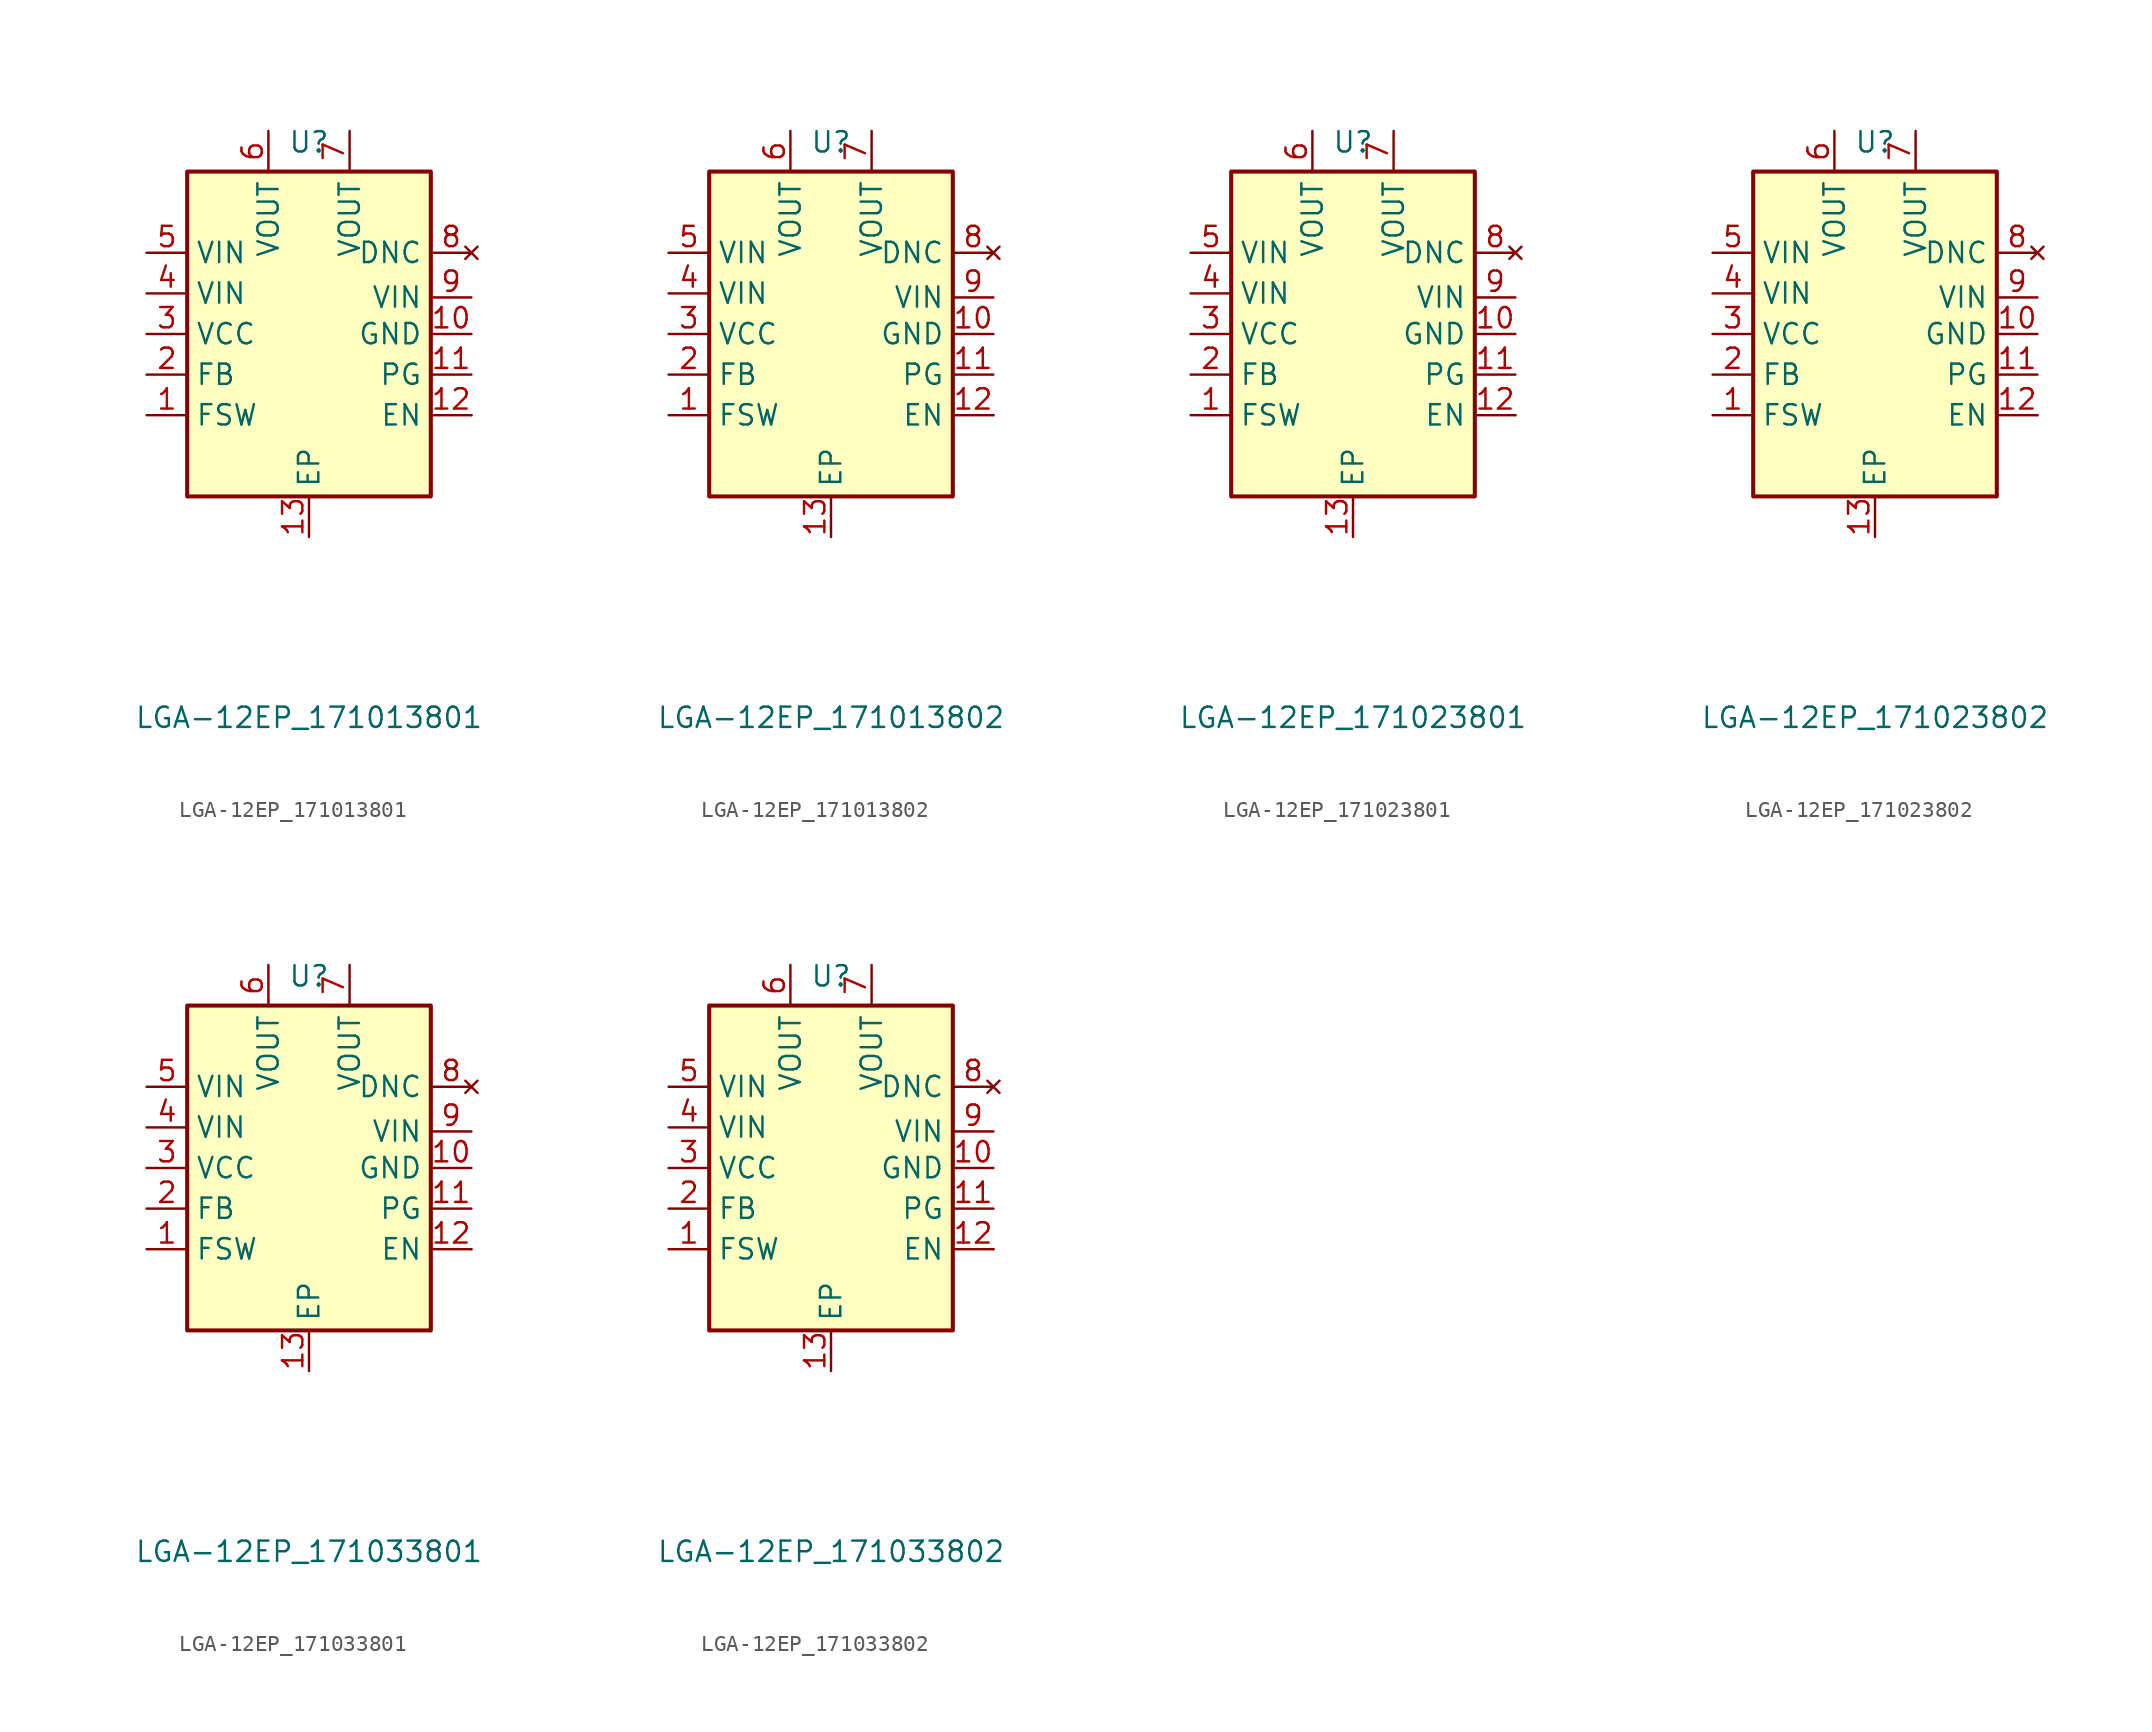
<source format=kicad_sym>
(kicad_symbol_lib
  (version 20220914)
  (generator kicad_symbol_editor)
  (symbol "LGA-12EP_171013801"
    (property "Reference" "U"
      (at 0 12 0)
      (effects (font (size 1.27 1.27))))
    (property "Value" "LGA-12EP_171013801"
      (at 0 -24 0)
      (effects (font (size 1.27 1.27))))
    (symbol "LGA-12EP_171013801_0_0"
      (rectangle (start 10.16 -5.08) (end 10.16 -5.08) (stroke (width 0) (type default)) (fill (type none)))
      (text "" (at -12.7 2.54 0) (effects (font (size 1.27 1.27))))
      (text "" (at -11.43 2.54 0) (effects (font (size 1.27 1.27)))))
    (symbol "LGA-12EP_171013801_1_1"
      (rectangle (start -7.62 10.16) (end 7.62 -10.16) (stroke (width 0.254) (type solid)) (fill (type background)))
      (pin input line (at -10.16 -5.08 0) (length 2.54) (name "FSW" (effects (font (size 1.27 1.27)))) (number "1" (effects (font (size 1.27 1.27)))))
      (pin power_in line (at 10.16 0 180) (length 2.54) (name "GND" (effects (font (size 1.27 1.27)))) (number "10" (effects (font (size 1.27 1.27)))))
      (pin power_out line (at 10.16 -2.54 180) (length 2.54) (name "PG" (effects (font (size 1.27 1.27)))) (number "11" (effects (font (size 1.27 1.27)))))
      (pin input line (at 10.16 -5.08 180) (length 2.54) (name "EN" (effects (font (size 1.27 1.27)))) (number "12" (effects (font (size 1.27 1.27)))))
      (pin power_in line (at 0 -12.7 90) (length 2.54) (name "EP" (effects (font (size 1.27 1.27)))) (number "13" (effects (font (size 1.27 1.27)))))
      (pin input line (at -10.16 -2.54 0) (length 2.54) (name "FB" (effects (font (size 1.27 1.27)))) (number "2" (effects (font (size 1.27 1.27)))))
      (pin power_in line (at -10.16 0 0) (length 2.54) (name "VCC" (effects (font (size 1.27 1.27)))) (number "3" (effects (font (size 1.27 1.27)))))
      (pin power_in line (at -10.16 2.54 0) (length 2.54) (name "VIN" (effects (font (size 1.27 1.27)))) (number "4" (effects (font (size 1.27 1.27)))))
      (pin power_in line (at -10.16 5.08 0) (length 2.54) (name "VIN" (effects (font (size 1.27 1.27)))) (number "5" (effects (font (size 1.27 1.27)))))
      (pin power_out line (at -2.54 12.7 270) (length 2.54) (name "VOUT" (effects (font (size 1.27 1.27)))) (number "6" (effects (font (size 1.27 1.27)))))
      (pin power_out line (at 2.54 12.7 270) (length 2.54) (name "VOUT" (effects (font (size 1.27 1.27)))) (number "7" (effects (font (size 1.27 1.27)))))
      (pin no_connect line (at 10.16 5.08 180) (length 2.54) (name "DNC" (effects (font (size 1.27 1.27)))) (number "8" (effects (font (size 1.27 1.27)))))
      (pin power_in line (at 10.16 2.286 180) (length 2.54) (name "VIN" (effects (font (size 1.27 1.27)))) (number "9" (effects (font (size 1.27 1.27)))))))
  (symbol "LGA-12EP_171013802"
    (property "Reference" "U"
      (at 0 12 0)
      (effects (font (size 1.27 1.27))))
    (property "Value" "LGA-12EP_171013802"
      (at 0 -24 0)
      (effects (font (size 1.27 1.27))))
    (symbol "LGA-12EP_171013802_0_0"
      (rectangle (start 10.16 -5.08) (end 10.16 -5.08) (stroke (width 0) (type default)) (fill (type none)))
      (text "" (at -12.7 2.54 0) (effects (font (size 1.27 1.27))))
      (text "" (at -11.43 2.54 0) (effects (font (size 1.27 1.27)))))
    (symbol "LGA-12EP_171013802_1_1"
      (rectangle (start -7.62 10.16) (end 7.62 -10.16) (stroke (width 0.254) (type solid)) (fill (type background)))
      (pin input line (at -10.16 -5.08 0) (length 2.54) (name "FSW" (effects (font (size 1.27 1.27)))) (number "1" (effects (font (size 1.27 1.27)))))
      (pin power_in line (at 10.16 0 180) (length 2.54) (name "GND" (effects (font (size 1.27 1.27)))) (number "10" (effects (font (size 1.27 1.27)))))
      (pin power_out line (at 10.16 -2.54 180) (length 2.54) (name "PG" (effects (font (size 1.27 1.27)))) (number "11" (effects (font (size 1.27 1.27)))))
      (pin input line (at 10.16 -5.08 180) (length 2.54) (name "EN" (effects (font (size 1.27 1.27)))) (number "12" (effects (font (size 1.27 1.27)))))
      (pin power_in line (at 0 -12.7 90) (length 2.54) (name "EP" (effects (font (size 1.27 1.27)))) (number "13" (effects (font (size 1.27 1.27)))))
      (pin input line (at -10.16 -2.54 0) (length 2.54) (name "FB" (effects (font (size 1.27 1.27)))) (number "2" (effects (font (size 1.27 1.27)))))
      (pin power_in line (at -10.16 0 0) (length 2.54) (name "VCC" (effects (font (size 1.27 1.27)))) (number "3" (effects (font (size 1.27 1.27)))))
      (pin power_in line (at -10.16 2.54 0) (length 2.54) (name "VIN" (effects (font (size 1.27 1.27)))) (number "4" (effects (font (size 1.27 1.27)))))
      (pin power_in line (at -10.16 5.08 0) (length 2.54) (name "VIN" (effects (font (size 1.27 1.27)))) (number "5" (effects (font (size 1.27 1.27)))))
      (pin power_out line (at -2.54 12.7 270) (length 2.54) (name "VOUT" (effects (font (size 1.27 1.27)))) (number "6" (effects (font (size 1.27 1.27)))))
      (pin power_out line (at 2.54 12.7 270) (length 2.54) (name "VOUT" (effects (font (size 1.27 1.27)))) (number "7" (effects (font (size 1.27 1.27)))))
      (pin no_connect line (at 10.16 5.08 180) (length 2.54) (name "DNC" (effects (font (size 1.27 1.27)))) (number "8" (effects (font (size 1.27 1.27)))))
      (pin power_in line (at 10.16 2.286 180) (length 2.54) (name "VIN" (effects (font (size 1.27 1.27)))) (number "9" (effects (font (size 1.27 1.27)))))))
  (symbol "LGA-12EP_171023801"
    (property "Reference" "U"
      (at 0 12 0)
      (effects (font (size 1.27 1.27))))
    (property "Value" "LGA-12EP_171023801"
      (at 0 -24 0)
      (effects (font (size 1.27 1.27))))
    (symbol "LGA-12EP_171023801_0_0"
      (rectangle (start 10.16 -5.08) (end 10.16 -5.08) (stroke (width 0) (type default)) (fill (type none)))
      (text "" (at -12.7 2.54 0) (effects (font (size 1.27 1.27))))
      (text "" (at -11.43 2.54 0) (effects (font (size 1.27 1.27)))))
    (symbol "LGA-12EP_171023801_1_1"
      (rectangle (start -7.62 10.16) (end 7.62 -10.16) (stroke (width 0.254) (type solid)) (fill (type background)))
      (pin input line (at -10.16 -5.08 0) (length 2.54) (name "FSW" (effects (font (size 1.27 1.27)))) (number "1" (effects (font (size 1.27 1.27)))))
      (pin power_in line (at 10.16 0 180) (length 2.54) (name "GND" (effects (font (size 1.27 1.27)))) (number "10" (effects (font (size 1.27 1.27)))))
      (pin power_out line (at 10.16 -2.54 180) (length 2.54) (name "PG" (effects (font (size 1.27 1.27)))) (number "11" (effects (font (size 1.27 1.27)))))
      (pin input line (at 10.16 -5.08 180) (length 2.54) (name "EN" (effects (font (size 1.27 1.27)))) (number "12" (effects (font (size 1.27 1.27)))))
      (pin power_in line (at 0 -12.7 90) (length 2.54) (name "EP" (effects (font (size 1.27 1.27)))) (number "13" (effects (font (size 1.27 1.27)))))
      (pin input line (at -10.16 -2.54 0) (length 2.54) (name "FB" (effects (font (size 1.27 1.27)))) (number "2" (effects (font (size 1.27 1.27)))))
      (pin power_in line (at -10.16 0 0) (length 2.54) (name "VCC" (effects (font (size 1.27 1.27)))) (number "3" (effects (font (size 1.27 1.27)))))
      (pin power_in line (at -10.16 2.54 0) (length 2.54) (name "VIN" (effects (font (size 1.27 1.27)))) (number "4" (effects (font (size 1.27 1.27)))))
      (pin power_in line (at -10.16 5.08 0) (length 2.54) (name "VIN" (effects (font (size 1.27 1.27)))) (number "5" (effects (font (size 1.27 1.27)))))
      (pin power_out line (at -2.54 12.7 270) (length 2.54) (name "VOUT" (effects (font (size 1.27 1.27)))) (number "6" (effects (font (size 1.27 1.27)))))
      (pin power_out line (at 2.54 12.7 270) (length 2.54) (name "VOUT" (effects (font (size 1.27 1.27)))) (number "7" (effects (font (size 1.27 1.27)))))
      (pin no_connect line (at 10.16 5.08 180) (length 2.54) (name "DNC" (effects (font (size 1.27 1.27)))) (number "8" (effects (font (size 1.27 1.27)))))
      (pin power_in line (at 10.16 2.286 180) (length 2.54) (name "VIN" (effects (font (size 1.27 1.27)))) (number "9" (effects (font (size 1.27 1.27)))))))
  (symbol "LGA-12EP_171023802"
    (property "Reference" "U"
      (at 0 12 0)
      (effects (font (size 1.27 1.27))))
    (property "Value" "LGA-12EP_171023802"
      (at 0 -24 0)
      (effects (font (size 1.27 1.27))))
    (symbol "LGA-12EP_171023802_0_0"
      (rectangle (start 10.16 -5.08) (end 10.16 -5.08) (stroke (width 0) (type default)) (fill (type none)))
      (text "" (at -12.7 2.54 0) (effects (font (size 1.27 1.27))))
      (text "" (at -11.43 2.54 0) (effects (font (size 1.27 1.27)))))
    (symbol "LGA-12EP_171023802_1_1"
      (rectangle (start -7.62 10.16) (end 7.62 -10.16) (stroke (width 0.254) (type solid)) (fill (type background)))
      (pin input line (at -10.16 -5.08 0) (length 2.54) (name "FSW" (effects (font (size 1.27 1.27)))) (number "1" (effects (font (size 1.27 1.27)))))
      (pin power_in line (at 10.16 0 180) (length 2.54) (name "GND" (effects (font (size 1.27 1.27)))) (number "10" (effects (font (size 1.27 1.27)))))
      (pin power_out line (at 10.16 -2.54 180) (length 2.54) (name "PG" (effects (font (size 1.27 1.27)))) (number "11" (effects (font (size 1.27 1.27)))))
      (pin input line (at 10.16 -5.08 180) (length 2.54) (name "EN" (effects (font (size 1.27 1.27)))) (number "12" (effects (font (size 1.27 1.27)))))
      (pin power_in line (at 0 -12.7 90) (length 2.54) (name "EP" (effects (font (size 1.27 1.27)))) (number "13" (effects (font (size 1.27 1.27)))))
      (pin input line (at -10.16 -2.54 0) (length 2.54) (name "FB" (effects (font (size 1.27 1.27)))) (number "2" (effects (font (size 1.27 1.27)))))
      (pin power_in line (at -10.16 0 0) (length 2.54) (name "VCC" (effects (font (size 1.27 1.27)))) (number "3" (effects (font (size 1.27 1.27)))))
      (pin power_in line (at -10.16 2.54 0) (length 2.54) (name "VIN" (effects (font (size 1.27 1.27)))) (number "4" (effects (font (size 1.27 1.27)))))
      (pin power_in line (at -10.16 5.08 0) (length 2.54) (name "VIN" (effects (font (size 1.27 1.27)))) (number "5" (effects (font (size 1.27 1.27)))))
      (pin power_out line (at -2.54 12.7 270) (length 2.54) (name "VOUT" (effects (font (size 1.27 1.27)))) (number "6" (effects (font (size 1.27 1.27)))))
      (pin power_out line (at 2.54 12.7 270) (length 2.54) (name "VOUT" (effects (font (size 1.27 1.27)))) (number "7" (effects (font (size 1.27 1.27)))))
      (pin no_connect line (at 10.16 5.08 180) (length 2.54) (name "DNC" (effects (font (size 1.27 1.27)))) (number "8" (effects (font (size 1.27 1.27)))))
      (pin power_in line (at 10.16 2.286 180) (length 2.54) (name "VIN" (effects (font (size 1.27 1.27)))) (number "9" (effects (font (size 1.27 1.27)))))))
  (symbol "LGA-12EP_171033801"
    (property "Reference" "U"
      (at 0 12 0)
      (effects (font (size 1.27 1.27))))
    (property "Value" "LGA-12EP_171033801"
      (at 0 -24 0)
      (effects (font (size 1.27 1.27))))
    (symbol "LGA-12EP_171033801_0_0"
      (rectangle (start 10.16 -5.08) (end 10.16 -5.08) (stroke (width 0) (type default)) (fill (type none)))
      (text "" (at -12.7 2.54 0) (effects (font (size 1.27 1.27))))
      (text "" (at -11.43 2.54 0) (effects (font (size 1.27 1.27)))))
    (symbol "LGA-12EP_171033801_1_1"
      (rectangle (start -7.62 10.16) (end 7.62 -10.16) (stroke (width 0.254) (type solid)) (fill (type background)))
      (pin input line (at -10.16 -5.08 0) (length 2.54) (name "FSW" (effects (font (size 1.27 1.27)))) (number "1" (effects (font (size 1.27 1.27)))))
      (pin power_in line (at 10.16 0 180) (length 2.54) (name "GND" (effects (font (size 1.27 1.27)))) (number "10" (effects (font (size 1.27 1.27)))))
      (pin power_out line (at 10.16 -2.54 180) (length 2.54) (name "PG" (effects (font (size 1.27 1.27)))) (number "11" (effects (font (size 1.27 1.27)))))
      (pin input line (at 10.16 -5.08 180) (length 2.54) (name "EN" (effects (font (size 1.27 1.27)))) (number "12" (effects (font (size 1.27 1.27)))))
      (pin power_in line (at 0 -12.7 90) (length 2.54) (name "EP" (effects (font (size 1.27 1.27)))) (number "13" (effects (font (size 1.27 1.27)))))
      (pin input line (at -10.16 -2.54 0) (length 2.54) (name "FB" (effects (font (size 1.27 1.27)))) (number "2" (effects (font (size 1.27 1.27)))))
      (pin power_in line (at -10.16 0 0) (length 2.54) (name "VCC" (effects (font (size 1.27 1.27)))) (number "3" (effects (font (size 1.27 1.27)))))
      (pin power_in line (at -10.16 2.54 0) (length 2.54) (name "VIN" (effects (font (size 1.27 1.27)))) (number "4" (effects (font (size 1.27 1.27)))))
      (pin power_in line (at -10.16 5.08 0) (length 2.54) (name "VIN" (effects (font (size 1.27 1.27)))) (number "5" (effects (font (size 1.27 1.27)))))
      (pin power_out line (at -2.54 12.7 270) (length 2.54) (name "VOUT" (effects (font (size 1.27 1.27)))) (number "6" (effects (font (size 1.27 1.27)))))
      (pin power_out line (at 2.54 12.7 270) (length 2.54) (name "VOUT" (effects (font (size 1.27 1.27)))) (number "7" (effects (font (size 1.27 1.27)))))
      (pin no_connect line (at 10.16 5.08 180) (length 2.54) (name "DNC" (effects (font (size 1.27 1.27)))) (number "8" (effects (font (size 1.27 1.27)))))
      (pin power_in line (at 10.16 2.286 180) (length 2.54) (name "VIN" (effects (font (size 1.27 1.27)))) (number "9" (effects (font (size 1.27 1.27)))))))
  (symbol "LGA-12EP_171033802"
    (property "Reference" "U"
      (at 0 12 0)
      (effects (font (size 1.27 1.27))))
    (property "Value" "LGA-12EP_171033802"
      (at 0 -24 0)
      (effects (font (size 1.27 1.27))))
    (symbol "LGA-12EP_171033802_0_0"
      (rectangle (start 10.16 -5.08) (end 10.16 -5.08) (stroke (width 0) (type default)) (fill (type none)))
      (text "" (at -12.7 2.54 0) (effects (font (size 1.27 1.27))))
      (text "" (at -11.43 2.54 0) (effects (font (size 1.27 1.27)))))
    (symbol "LGA-12EP_171033802_1_1"
      (rectangle (start -7.62 10.16) (end 7.62 -10.16) (stroke (width 0.254) (type solid)) (fill (type background)))
      (pin input line (at -10.16 -5.08 0) (length 2.54) (name "FSW" (effects (font (size 1.27 1.27)))) (number "1" (effects (font (size 1.27 1.27)))))
      (pin power_in line (at 10.16 0 180) (length 2.54) (name "GND" (effects (font (size 1.27 1.27)))) (number "10" (effects (font (size 1.27 1.27)))))
      (pin power_out line (at 10.16 -2.54 180) (length 2.54) (name "PG" (effects (font (size 1.27 1.27)))) (number "11" (effects (font (size 1.27 1.27)))))
      (pin input line (at 10.16 -5.08 180) (length 2.54) (name "EN" (effects (font (size 1.27 1.27)))) (number "12" (effects (font (size 1.27 1.27)))))
      (pin power_in line (at 0 -12.7 90) (length 2.54) (name "EP" (effects (font (size 1.27 1.27)))) (number "13" (effects (font (size 1.27 1.27)))))
      (pin input line (at -10.16 -2.54 0) (length 2.54) (name "FB" (effects (font (size 1.27 1.27)))) (number "2" (effects (font (size 1.27 1.27)))))
      (pin power_in line (at -10.16 0 0) (length 2.54) (name "VCC" (effects (font (size 1.27 1.27)))) (number "3" (effects (font (size 1.27 1.27)))))
      (pin power_in line (at -10.16 2.54 0) (length 2.54) (name "VIN" (effects (font (size 1.27 1.27)))) (number "4" (effects (font (size 1.27 1.27)))))
      (pin power_in line (at -10.16 5.08 0) (length 2.54) (name "VIN" (effects (font (size 1.27 1.27)))) (number "5" (effects (font (size 1.27 1.27)))))
      (pin power_out line (at -2.54 12.7 270) (length 2.54) (name "VOUT" (effects (font (size 1.27 1.27)))) (number "6" (effects (font (size 1.27 1.27)))))
      (pin power_out line (at 2.54 12.7 270) (length 2.54) (name "VOUT" (effects (font (size 1.27 1.27)))) (number "7" (effects (font (size 1.27 1.27)))))
      (pin no_connect line (at 10.16 5.08 180) (length 2.54) (name "DNC" (effects (font (size 1.27 1.27)))) (number "8" (effects (font (size 1.27 1.27)))))
      (pin power_in line (at 10.16 2.286 180) (length 2.54) (name "VIN" (effects (font (size 1.27 1.27)))) (number "9" (effects (font (size 1.27 1.27))))))))
</source>
